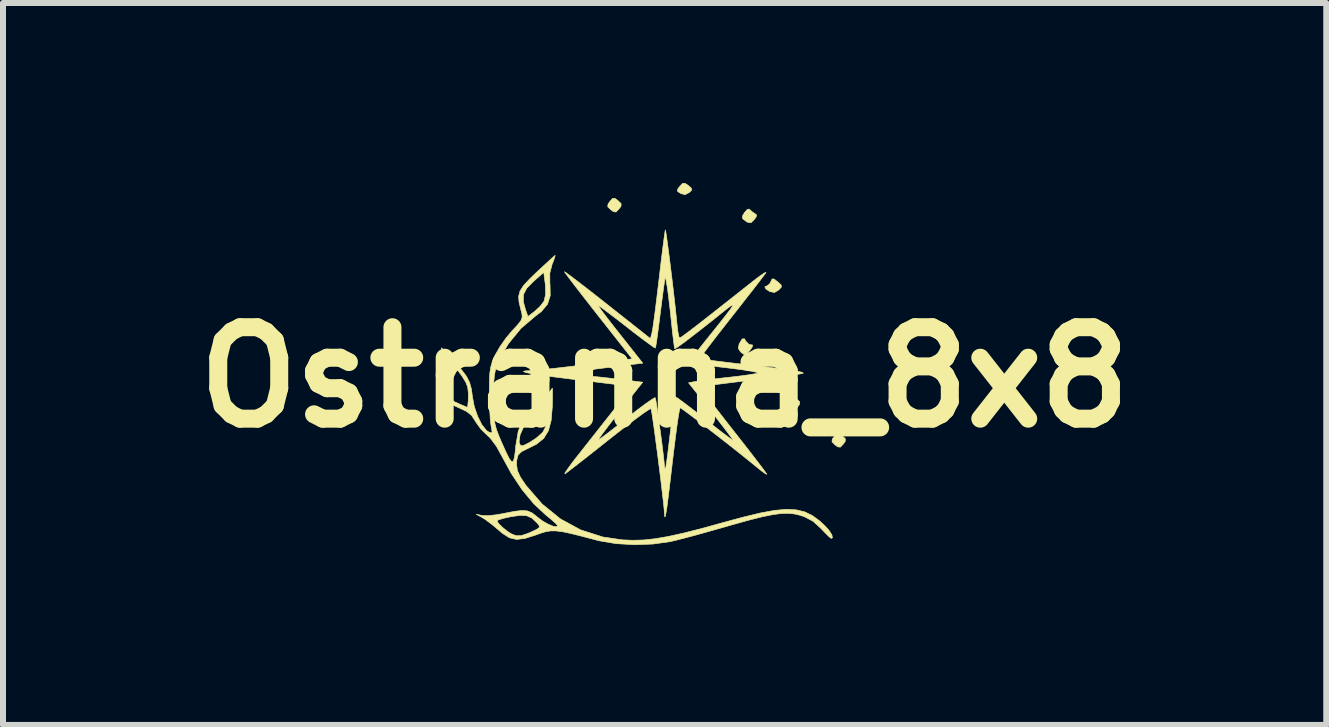
<source format=kicad_pcb>
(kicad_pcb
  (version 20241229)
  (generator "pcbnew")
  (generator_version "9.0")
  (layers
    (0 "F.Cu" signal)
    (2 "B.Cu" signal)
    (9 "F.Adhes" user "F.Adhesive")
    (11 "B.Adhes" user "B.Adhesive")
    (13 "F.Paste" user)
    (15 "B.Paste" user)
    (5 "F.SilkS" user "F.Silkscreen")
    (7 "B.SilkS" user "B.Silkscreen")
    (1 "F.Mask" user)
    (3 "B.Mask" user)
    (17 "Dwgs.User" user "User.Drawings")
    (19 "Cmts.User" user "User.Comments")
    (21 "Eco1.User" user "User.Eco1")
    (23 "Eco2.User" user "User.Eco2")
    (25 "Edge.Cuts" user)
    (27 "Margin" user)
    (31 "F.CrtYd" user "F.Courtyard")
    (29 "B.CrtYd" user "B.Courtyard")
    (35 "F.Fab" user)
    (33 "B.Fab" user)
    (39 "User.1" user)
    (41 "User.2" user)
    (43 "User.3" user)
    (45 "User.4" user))
  (footprint "Ostranna_8x8"
    (layer "F.Cu")
    (at 8.026 3.238)
    (property "Reference" "Ostranna_8x8" (at 0 0 0) (layer "F.SilkS") (effects (font (size 1.524 1.524) (thickness 0.3))))
    (attr through_hole)
    (fp_poly (pts (xy 0.345 -3.231) (xy 0.395 -3.197) (xy 0.449 -3.149) (xy 0.448 -3.115) (xy 0.41 -3.079) (xy 0.341 -3.043) (xy 0.267 -3.064) (xy 0.215 -3.098) (xy 0.218 -3.136) (xy 0.252 -3.181) (xy 0.301 -3.233) (xy 0.345 -3.231)) (stroke (width 0.01) (type solid)) (fill yes) (layer "F.SilkS"))
    (fp_poly (pts (xy -0.823 -2.98) (xy -0.776 -2.944) (xy -0.724 -2.893) (xy -0.727 -2.85) (xy -0.76 -2.806) (xy -0.809 -2.755) (xy -0.852 -2.76) (xy -0.896 -2.792) (xy -0.947 -2.842) (xy -0.943 -2.887) (xy -0.912 -2.931) (xy -0.865 -2.983) (xy -0.823 -2.98)) (stroke (width 0.01) (type solid)) (fill yes) (layer "F.SilkS"))
    (fp_poly (pts (xy 2.152 0.322) (xy 2.2 0.358) (xy 2.251 0.409) (xy 2.248 0.452) (xy 2.216 0.496) (xy 2.167 0.547) (xy 2.124 0.542) (xy 2.079 0.51) (xy 2.028 0.46) (xy 2.032 0.415) (xy 2.063 0.371) (xy 2.111 0.319) (xy 2.152 0.322)) (stroke (width 0.01) (type solid)) (fill yes) (layer "F.SilkS"))
    (fp_poly (pts (xy 2.914 0.939) (xy 2.962 0.975) (xy 3.013 1.025) (xy 3.01 1.068) (xy 2.978 1.113) (xy 2.929 1.164) (xy 2.886 1.159) (xy 2.841 1.127) (xy 2.79 1.076) (xy 2.794 1.032) (xy 2.825 0.988) (xy 2.873 0.936) (xy 2.914 0.939)) (stroke (width 0.01) (type solid)) (fill yes) (layer "F.SilkS"))
    (fp_poly (pts (xy 1.412 -2.802) (xy 1.46 -2.758) (xy 1.494 -2.736) (xy 1.533 -2.707) (xy 1.525 -2.67) (xy 1.492 -2.627) (xy 1.44 -2.576) (xy 1.391 -2.58) (xy 1.352 -2.603) (xy 1.299 -2.646) (xy 1.298 -2.688) (xy 1.331 -2.745) (xy 1.379 -2.798) (xy 1.411 -2.803) (xy 1.412 -2.802)) (stroke (width 0.01) (type solid)) (fill yes) (layer "F.SilkS"))
    (fp_poly (pts (xy 1.356 -0.599) (xy 1.405 -0.55) (xy 1.434 -0.544) (xy 1.468 -0.537) (xy 1.459 -0.502) (xy 1.426 -0.455) (xy 1.371 -0.387) (xy 1.331 -0.374) (xy 1.279 -0.412) (xy 1.266 -0.424) (xy 1.228 -0.481) (xy 1.242 -0.553) (xy 1.248 -0.566) (xy 1.293 -0.639) (xy 1.331 -0.642) (xy 1.356 -0.599)) (stroke (width 0.01) (type solid)) (fill yes) (layer "F.SilkS"))
    (fp_poly (pts (xy 1.822 -1.639) (xy 1.883 -1.592) (xy 1.884 -1.592) (xy 1.942 -1.54) (xy 1.947 -1.504) (xy 1.903 -1.457) (xy 1.902 -1.456) (xy 1.832 -1.413) (xy 1.756 -1.428) (xy 1.751 -1.43) (xy 1.687 -1.473) (xy 1.67 -1.509) (xy 1.707 -1.524) (xy 1.748 -1.554) (xy 1.77 -1.594) (xy 1.792 -1.639) (xy 1.822 -1.639)) (stroke (width 0.01) (type solid)) (fill yes) (layer "F.SilkS"))
    (fp_poly (pts (xy -1.83 -2.002) (xy -1.857 -1.926) (xy -1.874 -1.885) (xy -1.913 -1.736) (xy -1.912 -1.565) (xy -1.909 -1.539) (xy -1.906 -1.359) (xy -1.952 -1.217) (xy -2.055 -1.095) (xy -2.151 -1.022) (xy -2.394 -0.815) (xy -2.602 -0.561) (xy -2.734 -0.333) (xy -2.783 -0.225) (xy -2.815 -0.136) (xy -2.835 -0.044) (xy -2.845 0.068) (xy -2.848 0.222) (xy -2.848 0.345) (xy -2.846 0.535) (xy -2.84 0.673) (xy -2.826 0.78) (xy -2.8 0.877) (xy -2.759 0.984) (xy -2.73 1.052) (xy -2.648 1.236) (xy -2.59 1.354) (xy -2.548 1.407) (xy -2.521 1.399) (xy -2.501 1.329) (xy -2.485 1.2) (xy -2.48 1.139) (xy -2.468 1.071) (xy -2.425 1.071) (xy -2.417 1.108) (xy -2.396 1.139) (xy -2.357 1.139) (xy -2.281 1.102) (xy -2.244 1.082) (xy -2.136 1.011) (xy -2.047 0.932) (xy -2.025 0.907) (xy -1.987 0.831) (xy -1.956 0.726) (xy -1.934 0.613) (xy -1.926 0.514) (xy -1.934 0.449) (xy -1.95 0.435) (xy -1.995 0.464) (xy -2.008 0.488) (xy -2.05 0.539) (xy -2.13 0.604) (xy -2.172 0.632) (xy -2.271 0.719) (xy -2.354 0.836) (xy -2.409 0.961) (xy -2.425 1.071) (xy -2.468 1.071) (xy -2.439 0.898) (xy -2.364 0.716) (xy -2.252 0.587) (xy -2.199 0.551) (xy -2.099 0.473) (xy -2.002 0.366) (xy -1.975 0.329) (xy -1.917 0.244) (xy -1.879 0.19) (xy -1.87 0.181) (xy -1.868 0.215) (xy -1.868 0.304) (xy -1.87 0.432) (xy -1.871 0.485) (xy -1.89 0.715) (xy -1.935 0.888) (xy -2.014 1.017) (xy -2.136 1.116) (xy -2.269 1.182) (xy -2.382 1.237) (xy -2.442 1.296) (xy -2.464 1.383) (xy -2.467 1.457) (xy -2.453 1.555) (xy -2.403 1.664) (xy -2.311 1.801) (xy -2.041 2.112) (xy -1.736 2.36) (xy -1.399 2.543) (xy -1.03 2.661) (xy -0.706 2.709) (xy -0.53 2.716) (xy -0.349 2.711) (xy -0.155 2.69) (xy 0.065 2.652) (xy 0.322 2.595) (xy 0.625 2.518) (xy 0.954 2.427) (xy 1.303 2.332) (xy 1.593 2.262) (xy 1.832 2.218) (xy 2.03 2.2) (xy 2.195 2.209) (xy 2.336 2.243) (xy 2.462 2.304) (xy 2.582 2.392) (xy 2.658 2.461) (xy 2.74 2.55) (xy 2.788 2.626) (xy 2.797 2.675) (xy 2.777 2.685) (xy 2.745 2.661) (xy 2.68 2.597) (xy 2.608 2.521) (xy 2.477 2.401) (xy 2.336 2.326) (xy 2.26 2.3) (xy 2.162 2.277) (xy 2.059 2.267) (xy 1.942 2.27) (xy 1.801 2.289) (xy 1.625 2.325) (xy 1.406 2.38) (xy 1.134 2.456) (xy 0.956 2.507) (xy 0.733 2.57) (xy 0.515 2.631) (xy 0.318 2.683) (xy 0.161 2.723) (xy 0.085 2.74) (xy -0.195 2.779) (xy -0.504 2.79) (xy -0.812 2.772) (xy -1.088 2.725) (xy -1.125 2.716) (xy -1.37 2.651) (xy -1.558 2.604) (xy -1.701 2.574) (xy -1.812 2.56) (xy -1.902 2.56) (xy -1.985 2.574) (xy -2.072 2.601) (xy -2.149 2.629) (xy -2.329 2.686) (xy -2.468 2.702) (xy -2.587 2.674) (xy -2.705 2.599) (xy -2.772 2.541) (xy -2.879 2.451) (xy -2.957 2.393) (xy -2.794 2.393) (xy -2.767 2.436) (xy -2.702 2.501) (xy -2.619 2.567) (xy -2.558 2.607) (xy -2.478 2.639) (xy -2.395 2.64) (xy -2.287 2.605) (xy -2.217 2.575) (xy -2.123 2.53) (xy -2.085 2.499) (xy -2.094 2.465) (xy -2.126 2.427) (xy -2.211 2.347) (xy -2.297 2.307) (xy -2.407 2.301) (xy -2.562 2.323) (xy -2.68 2.349) (xy -2.764 2.374) (xy -2.794 2.393) (xy -2.957 2.393) (xy -2.984 2.372) (xy -3.03 2.344) (xy -3.139 2.282) (xy -3.039 2.303) (xy -2.955 2.306) (xy -2.827 2.294) (xy -2.683 2.27) (xy -2.677 2.268) (xy -2.5 2.234) (xy -2.375 2.219) (xy -2.285 2.227) (xy -2.211 2.258) (xy -2.135 2.316) (xy -2.114 2.335) (xy -2.031 2.397) (xy -1.94 2.448) (xy -1.857 2.482) (xy -1.799 2.491) (xy -1.785 2.469) (xy -1.786 2.467) (xy -1.818 2.432) (xy -1.891 2.367) (xy -1.985 2.29) (xy -2.18 2.108) (xy -2.375 1.873) (xy -2.555 1.603) (xy -2.69 1.355) (xy -2.802 1.151) (xy -2.909 1.008) (xy -2.959 0.963) (xy -3.06 0.865) (xy -3.145 0.748) (xy -3.155 0.729) (xy -3.217 0.635) (xy -3.303 0.567) (xy -3.425 0.51) (xy -3.554 0.451) (xy -3.642 0.387) (xy -3.696 0.304) (xy -3.724 0.188) (xy -3.732 0.024) (xy -3.731 -0.006) (xy -3.665 -0.006) (xy -3.66 0.16) (xy -3.639 0.271) (xy -3.59 0.347) (xy -3.505 0.406) (xy -3.41 0.449) (xy -3.284 0.502) (xy -3.272 0.39) (xy -3.27 0.268) (xy -3.282 0.161) (xy -3.313 0.083) (xy -3.375 -0.018) (xy -3.453 -0.124) (xy -3.533 -0.216) (xy -3.6 -0.277) (xy -3.632 -0.29) (xy -3.647 -0.257) (xy -3.659 -0.168) (xy -3.665 -0.042) (xy -3.665 -0.006) (xy -3.731 -0.006) (xy -3.73 -0.12) (xy -3.719 -0.492) (xy -3.52 -0.278) (xy -3.39 -0.133) (xy -3.303 -0.018) (xy -3.25 0.086) (xy -3.219 0.199) (xy -3.203 0.321) (xy -3.172 0.486) (xy -3.116 0.649) (xy -3.046 0.789) (xy -2.969 0.886) (xy -2.937 0.908) (xy -2.89 0.929) (xy -2.875 0.911) (xy -2.885 0.842) (xy -2.892 0.81) (xy -2.904 0.717) (xy -2.913 0.573) (xy -2.919 0.399) (xy -2.921 0.254) (xy -2.919 0.066) (xy -2.913 -0.069) (xy -2.897 -0.172) (xy -2.871 -0.262) (xy -2.829 -0.358) (xy -2.823 -0.372) (xy -2.744 -0.51) (xy -2.637 -0.662) (xy -2.539 -0.777) (xy -2.445 -0.879) (xy -2.392 -0.948) (xy -2.373 -1.003) (xy -2.379 -1.063) (xy -2.392 -1.113) (xy -2.424 -1.245) (xy -2.426 -1.258) (xy -2.354 -1.258) (xy -2.318 -1.129) (xy -2.278 -1.013) (xy -2.164 -1.1) (xy -2.077 -1.18) (xy -2.013 -1.263) (xy -2.007 -1.274) (xy -1.982 -1.386) (xy -1.988 -1.548) (xy -1.989 -1.555) (xy -2.014 -1.749) (xy -2.186 -1.597) (xy -2.299 -1.482) (xy -2.353 -1.377) (xy -2.354 -1.258) (xy -2.426 -1.258) (xy -2.433 -1.347) (xy -2.41 -1.437) (xy -2.351 -1.529) (xy -2.248 -1.64) (xy -2.133 -1.751) (xy -2.013 -1.862) (xy -1.914 -1.953) (xy -1.848 -2.013) (xy -1.824 -2.032) (xy -1.83 -2.002)) (stroke (width 0.01) (type solid)) (fill yes) (layer "F.SilkS"))
    (fp_poly (pts (xy 0.02 -2.425) (xy 0.034 -2.334) (xy 0.053 -2.195) (xy 0.076 -2.02) (xy 0.101 -1.82) (xy 0.127 -1.607) (xy 0.152 -1.394) (xy 0.175 -1.191) (xy 0.194 -1.012) (xy 0.206 -0.892) (xy 0.22 -0.771) (xy 0.236 -0.685) (xy 0.25 -0.653) (xy 0.285 -0.675) (xy 0.366 -0.734) (xy 0.485 -0.824) (xy 0.631 -0.937) (xy 0.762 -1.04) (xy 0.945 -1.184) (xy 1.128 -1.328) (xy 1.296 -1.461) (xy 1.431 -1.567) (xy 1.486 -1.611) (xy 1.588 -1.688) (xy 1.659 -1.737) (xy 1.689 -1.749) (xy 1.687 -1.742) (xy 1.656 -1.699) (xy 1.587 -1.608) (xy 1.486 -1.477) (xy 1.359 -1.315) (xy 1.215 -1.13) (xy 1.115 -1.003) (xy 0.965 -0.812) (xy 0.832 -0.641) (xy 0.722 -0.497) (xy 0.641 -0.389) (xy 0.595 -0.324) (xy 0.587 -0.309) (xy 0.625 -0.302) (xy 0.725 -0.288) (xy 0.877 -0.269) (xy 1.073 -0.245) (xy 1.301 -0.218) (xy 1.502 -0.195) (xy 1.8 -0.159) (xy 2.028 -0.13) (xy 2.188 -0.106) (xy 2.282 -0.086) (xy 2.313 -0.071) (xy 2.3 -0.064) (xy 2.234 -0.052) (xy 2.108 -0.034) (xy 1.934 -0.011) (xy 1.724 0.016) (xy 1.491 0.044) (xy 1.4 0.054) (xy 1.168 0.081) (xy 0.962 0.107) (xy 0.791 0.128) (xy 0.668 0.145) (xy 0.601 0.155) (xy 0.592 0.158) (xy 0.61 0.188) (xy 0.668 0.268) (xy 0.759 0.389) (xy 0.877 0.543) (xy 1.017 0.723) (xy 1.143 0.884) (xy 1.297 1.08) (xy 1.435 1.257) (xy 1.55 1.407) (xy 1.638 1.522) (xy 1.691 1.595) (xy 1.705 1.617) (xy 1.68 1.607) (xy 1.615 1.56) (xy 1.533 1.494) (xy 1.408 1.392) (xy 1.257 1.271) (xy 1.089 1.138) (xy 0.914 1.001) (xy 0.742 0.868) (xy 0.583 0.745) (xy 0.445 0.641) (xy 0.339 0.562) (xy 0.275 0.516) (xy 0.259 0.508) (xy 0.249 0.542) (xy 0.231 0.639) (xy 0.209 0.789) (xy 0.183 0.982) (xy 0.155 1.208) (xy 0.131 1.406) (xy 0.094 1.722) (xy 0.064 1.969) (xy 0.041 2.149) (xy 0.022 2.267) (xy 0.01 2.324) (xy 0.002 2.324) (xy -0.002 2.283) (xy -0.007 2.208) (xy -0.02 2.08) (xy -0.04 1.911) (xy -0.063 1.713) (xy -0.09 1.498) (xy -0.118 1.278) (xy -0.146 1.066) (xy -0.172 0.872) (xy -0.195 0.711) (xy -0.213 0.592) (xy -0.225 0.529) (xy -0.227 0.522) (xy -0.261 0.538) (xy -0.343 0.592) (xy -0.465 0.681) (xy -0.62 0.797) (xy -0.799 0.936) (xy -0.93 1.039) (xy -1.123 1.192) (xy -1.299 1.331) (xy -1.45 1.449) (xy -1.567 1.539) (xy -1.64 1.595) (xy -1.661 1.61) (xy -1.661 1.596) (xy -1.621 1.535) (xy -1.55 1.437) (xy -1.453 1.311) (xy -1.446 1.303) (xy -1.315 1.137) (xy -1.159 0.939) (xy -0.999 0.736) (xy -0.863 0.564) (xy -0.752 0.42) (xy -0.662 0.297) (xy -0.601 0.207) (xy -0.576 0.158) (xy -0.578 0.153) (xy -0.621 0.146) (xy -0.726 0.131) (xy -0.882 0.111) (xy -1.08 0.087) (xy -1.307 0.059) (xy -1.465 0.041) (xy -1.786 0.001) (xy -2.034 -0.032) (xy -2.211 -0.059) (xy -2.246 -0.066) (xy -1.498 -0.066) (xy -1.466 -0.05) (xy -1.374 -0.035) (xy -1.234 -0.019) (xy -1.08 -0.004) (xy -0.892 0.017) (xy -0.706 0.039) (xy -0.682 0.042) (xy -0.365 0.082) (xy -0.536 0.298) (xy -0.721 0.533) (xy -0.865 0.716) (xy -0.97 0.853) (xy -1.041 0.948) (xy -1.082 1.006) (xy -1.096 1.033) (xy -1.088 1.034) (xy -1.086 1.033) (xy -1.041 1) (xy -0.949 0.931) (xy -0.824 0.834) (xy -0.677 0.718) (xy -0.605 0.661) (xy -0.455 0.544) (xy -0.325 0.447) (xy -0.225 0.377) (xy -0.167 0.342) (xy -0.156 0.34) (xy -0.147 0.378) (xy -0.131 0.474) (xy -0.111 0.612) (xy -0.088 0.778) (xy -0.064 0.955) (xy -0.041 1.131) (xy -0.022 1.289) (xy -0.008 1.415) (xy -0.001 1.493) (xy -0.000412 1.503) (xy 0.011 1.524) (xy 0.014 1.521) (xy 0.023 1.482) (xy 0.038 1.382) (xy 0.057 1.236) (xy 0.079 1.054) (xy 0.095 0.916) (xy 0.118 0.719) (xy 0.14 0.55) (xy 0.16 0.421) (xy 0.176 0.343) (xy 0.184 0.327) (xy 0.219 0.348) (xy 0.3 0.407) (xy 0.419 0.497) (xy 0.563 0.608) (xy 0.666 0.689) (xy 0.822 0.812) (xy 0.957 0.917) (xy 1.062 0.996) (xy 1.127 1.043) (xy 1.142 1.052) (xy 1.127 1.025) (xy 1.073 0.951) (xy 0.988 0.839) (xy 0.878 0.697) (xy 0.78 0.572) (xy 0.399 0.091) (xy 0.535 0.066) (xy 0.627 0.053) (xy 0.769 0.034) (xy 0.942 0.014) (xy 1.089 -0.002) (xy 1.258 -0.022) (xy 1.404 -0.042) (xy 1.508 -0.059) (xy 1.553 -0.071) (xy 1.535 -0.083) (xy 1.456 -0.1) (xy 1.325 -0.121) (xy 1.155 -0.144) (xy 1 -0.163) (xy 0.801 -0.185) (xy 0.63 -0.207) (xy 0.498 -0.224) (xy 0.418 -0.238) (xy 0.399 -0.243) (xy 0.421 -0.275) (xy 0.48 -0.353) (xy 0.57 -0.468) (xy 0.682 -0.609) (xy 0.755 -0.7) (xy 0.912 -0.896) (xy 1.025 -1.04) (xy 1.098 -1.136) (xy 1.133 -1.19) (xy 1.133 -1.206) (xy 1.1 -1.188) (xy 1.038 -1.141) (xy 1.014 -1.122) (xy 0.797 -0.948) (xy 0.601 -0.794) (xy 0.434 -0.664) (xy 0.303 -0.565) (xy 0.212 -0.5) (xy 0.17 -0.476) (xy 0.168 -0.476) (xy 0.161 -0.515) (xy 0.148 -0.613) (xy 0.131 -0.754) (xy 0.113 -0.925) (xy 0.111 -0.943) (xy 0.091 -1.132) (xy 0.07 -1.309) (xy 0.052 -1.453) (xy 0.038 -1.542) (xy 0.012 -1.687) (xy -0.012 -1.524) (xy -0.026 -1.422) (xy -0.046 -1.269) (xy -0.069 -1.088) (xy -0.089 -0.93) (xy -0.111 -0.762) (xy -0.13 -0.622) (xy -0.145 -0.526) (xy -0.154 -0.487) (xy -0.154 -0.487) (xy -0.185 -0.504) (xy -0.263 -0.56) (xy -0.378 -0.645) (xy -0.521 -0.754) (xy -0.627 -0.837) (xy -0.783 -0.958) (xy -0.92 -1.062) (xy -1.025 -1.141) (xy -1.091 -1.188) (xy -1.107 -1.197) (xy -1.092 -1.171) (xy -1.038 -1.096) (xy -0.953 -0.984) (xy -0.843 -0.842) (xy -0.744 -0.717) (xy -0.364 -0.236) (xy -0.971 -0.16) (xy -1.206 -0.13) (xy -1.37 -0.105) (xy -1.467 -0.084) (xy -1.498 -0.066) (xy -2.246 -0.066) (xy -2.318 -0.081) (xy -2.354 -0.097) (xy -2.321 -0.107) (xy -2.229 -0.112) (xy -2.15 -0.117) (xy -2.013 -0.13) (xy -1.83 -0.15) (xy -1.615 -0.175) (xy -1.38 -0.203) (xy -1.313 -0.212) (xy -0.54 -0.308) (xy -1.105 -1.025) (xy -1.259 -1.222) (xy -1.397 -1.399) (xy -1.513 -1.549) (xy -1.601 -1.665) (xy -1.655 -1.737) (xy -1.669 -1.76) (xy -1.642 -1.743) (xy -1.566 -1.687) (xy -1.448 -1.598) (xy -1.295 -1.48) (xy -1.117 -1.341) (xy -0.953 -1.212) (xy -0.236 -0.645) (xy -0.209 -0.749) (xy -0.197 -0.815) (xy -0.179 -0.941) (xy -0.156 -1.114) (xy -0.13 -1.324) (xy -0.102 -1.557) (xy -0.091 -1.648) (xy -0.064 -1.88) (xy -0.039 -2.086) (xy -0.017 -2.256) (xy -0.000477 -2.38) (xy 0.01 -2.447) (xy 0.012 -2.456) (xy 0.02 -2.425)) (stroke (width 0.01) (type solid)) (fill yes) (layer "F.SilkS")))
  (gr_rect
    (start -3 -3)
    (end 19.053 9.032)
    (stroke (width 0.1) (type default))
    (fill no)
    (layer "Edge.Cuts")))
</source>
